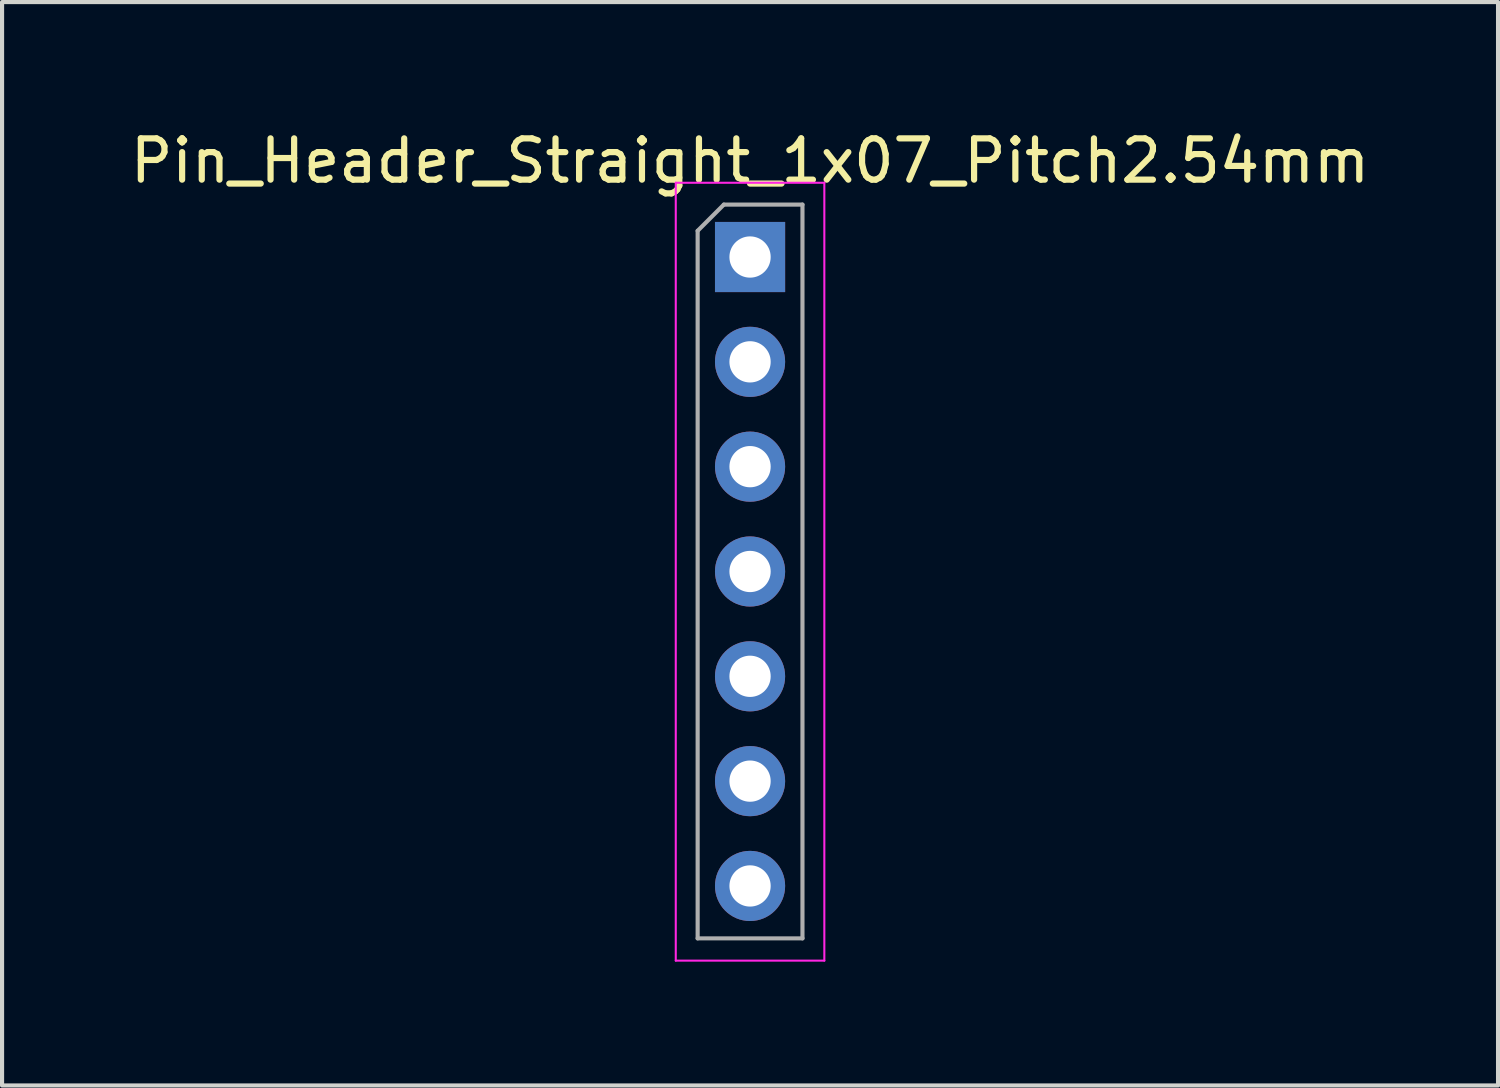
<source format=kicad_pcb>
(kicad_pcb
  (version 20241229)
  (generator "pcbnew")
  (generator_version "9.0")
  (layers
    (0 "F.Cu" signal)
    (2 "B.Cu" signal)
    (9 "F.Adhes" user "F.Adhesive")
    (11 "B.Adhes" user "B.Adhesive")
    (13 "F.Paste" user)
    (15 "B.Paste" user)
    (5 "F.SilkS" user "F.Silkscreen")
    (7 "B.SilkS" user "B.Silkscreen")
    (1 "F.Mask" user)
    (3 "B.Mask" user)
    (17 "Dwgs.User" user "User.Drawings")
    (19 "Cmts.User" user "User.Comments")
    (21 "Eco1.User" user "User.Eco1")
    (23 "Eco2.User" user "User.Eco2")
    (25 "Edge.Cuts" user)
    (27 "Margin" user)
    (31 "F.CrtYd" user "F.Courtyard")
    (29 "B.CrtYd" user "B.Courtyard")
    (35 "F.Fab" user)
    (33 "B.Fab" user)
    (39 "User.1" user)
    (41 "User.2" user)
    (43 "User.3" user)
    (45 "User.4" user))
  (footprint "Pin_Header_Straight_1x07_Pitch2.54mm"
    (layer "F.Cu")
    (at 15.125 3.178)
    (property "Reference" "Pin_Header_Straight_1x07_Pitch2.54mm" (at 0 -2.33 0) (layer "F.SilkS") (effects (font (size 1 1) (thickness 0.15))))
    (attr through_hole)
    (fp_line (start -1.8 -1.8) (end -1.8 17.05) (stroke (width 0.05) (type solid)) (layer "F.CrtYd"))
    (fp_line (start -1.8 17.05) (end 1.8 17.05) (stroke (width 0.05) (type solid)) (layer "F.CrtYd"))
    (fp_line (start 1.8 -1.8) (end -1.8 -1.8) (stroke (width 0.05) (type solid)) (layer "F.CrtYd"))
    (fp_line (start 1.8 17.05) (end 1.8 -1.8) (stroke (width 0.05) (type solid)) (layer "F.CrtYd"))
    (fp_line (start -1.27 -0.635) (end -0.635 -1.27) (stroke (width 0.1) (type solid)) (layer "F.Fab"))
    (fp_line (start -1.27 16.51) (end -1.27 -0.635) (stroke (width 0.1) (type solid)) (layer "F.Fab"))
    (fp_line (start -0.635 -1.27) (end 1.27 -1.27) (stroke (width 0.1) (type solid)) (layer "F.Fab"))
    (fp_line (start 1.27 -1.27) (end 1.27 16.51) (stroke (width 0.1) (type solid)) (layer "F.Fab"))
    (fp_line (start 1.27 16.51) (end -1.27 16.51) (stroke (width 0.1) (type solid)) (layer "F.Fab"))
    (pad "1" thru_hole rect (at 0 0) (size 1.7 1.7) (drill 1) (layers "*.Cu" "*.Mask"))
    (pad "2" thru_hole oval (at 0 2.54) (size 1.7 1.7) (drill 1) (layers "*.Cu" "*.Mask"))
    (pad "3" thru_hole oval (at 0 5.08) (size 1.7 1.7) (drill 1) (layers "*.Cu" "*.Mask"))
    (pad "4" thru_hole oval (at 0 7.62) (size 1.7 1.7) (drill 1) (layers "*.Cu" "*.Mask"))
    (pad "5" thru_hole oval (at 0 10.16) (size 1.7 1.7) (drill 1) (layers "*.Cu" "*.Mask"))
    (pad "6" thru_hole oval (at 0 12.7) (size 1.7 1.7) (drill 1) (layers "*.Cu" "*.Mask"))
    (pad "7" thru_hole oval (at 0 15.24) (size 1.7 1.7) (drill 1) (layers "*.Cu" "*.Mask")))
  (gr_rect
    (start -3 -3)
    (end 33.25 23.253)
    (stroke (width 0.1) (type default))
    (fill no)
    (layer "Edge.Cuts")))
</source>
